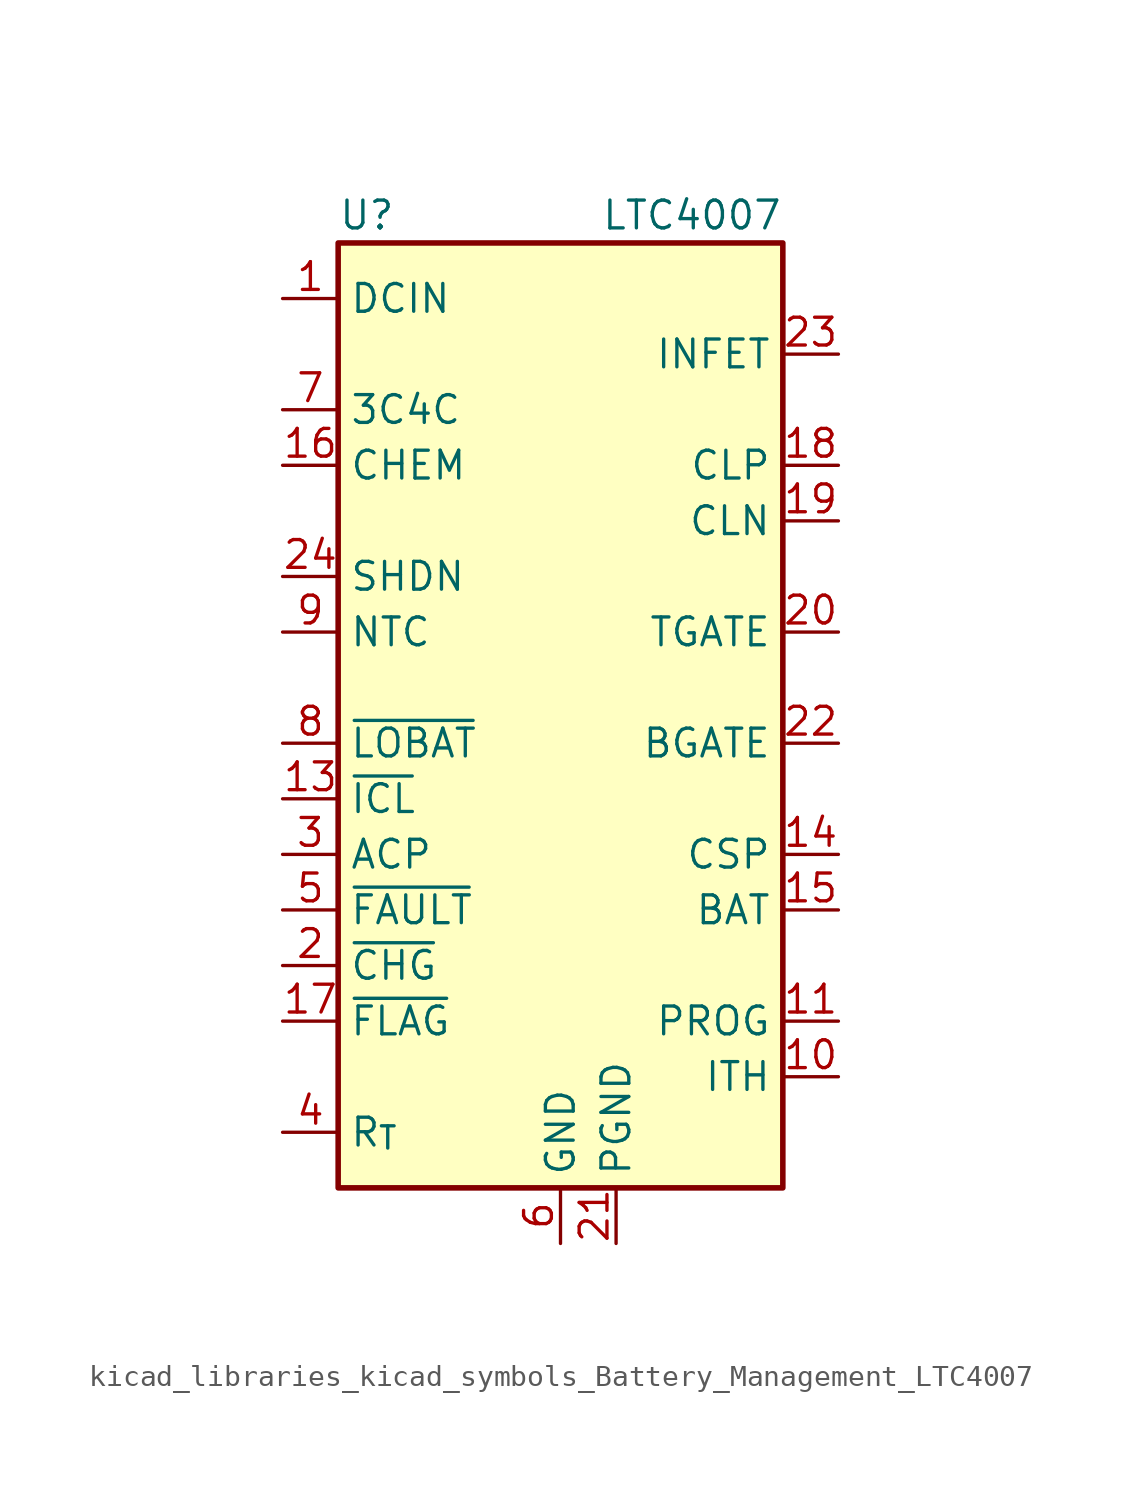
<source format=kicad_sym>
(kicad_symbol_lib
  (version 20220914)
  (generator kicad_symbol_editor)
  (symbol "kicad_libraries_kicad_symbols_Battery_Management_LTC4007"
    (property "Reference" "U"
      (at -10.16 24.13 0)
      (effects (font (size 1.27 1.27)) (justify left)))
    (property "Value" "LTC4007"
      (at 10.16 24.13 0)
      (effects (font (size 1.27 1.27)) (justify right)))
    (symbol "kicad_libraries_kicad_symbols_Battery_Management_LTC4007_0_1"
      (rectangle (start -10.16 22.86) (end 10.16 -20.32) (stroke (width 0.254) (type default)) (fill (type background))))
    (symbol "kicad_libraries_kicad_symbols_Battery_Management_LTC4007_1_1"
      (pin input line (at -12.7 20.32 0) (length 2.54) (name "DCIN" (effects (font (size 1.27 1.27)))) (number "1" (effects (font (size 1.27 1.27)))))
      (pin passive line (at 12.7 -15.24 180) (length 2.54) (name "ITH" (effects (font (size 1.27 1.27)))) (number "10" (effects (font (size 1.27 1.27)))))
      (pin bidirectional line (at 12.7 -12.7 180) (length 2.54) (name "PROG" (effects (font (size 1.27 1.27)))) (number "11" (effects (font (size 1.27 1.27)))))
      (pin no_connect line (at -2.54 -20.32 90) (length 2.54) hide (name "NC" (effects (font (size 1.27 1.27)))) (number "12" (effects (font (size 1.27 1.27)))))
      (pin output line (at -12.7 -2.54 0) (length 2.54) (name "~{ICL}" (effects (font (size 1.27 1.27)))) (number "13" (effects (font (size 1.27 1.27)))))
      (pin input line (at 12.7 -5.08 180) (length 2.54) (name "CSP" (effects (font (size 1.27 1.27)))) (number "14" (effects (font (size 1.27 1.27)))))
      (pin input line (at 12.7 -7.62 180) (length 2.54) (name "BAT" (effects (font (size 1.27 1.27)))) (number "15" (effects (font (size 1.27 1.27)))))
      (pin input line (at -12.7 12.7 0) (length 2.54) (name "CHEM" (effects (font (size 1.27 1.27)))) (number "16" (effects (font (size 1.27 1.27)))))
      (pin open_collector line (at -12.7 -12.7 0) (length 2.54) (name "~{FLAG}" (effects (font (size 1.27 1.27)))) (number "17" (effects (font (size 1.27 1.27)))))
      (pin input line (at 12.7 12.7 180) (length 2.54) (name "CLP" (effects (font (size 1.27 1.27)))) (number "18" (effects (font (size 1.27 1.27)))))
      (pin input line (at 12.7 10.16 180) (length 2.54) (name "CLN" (effects (font (size 1.27 1.27)))) (number "19" (effects (font (size 1.27 1.27)))))
      (pin output line (at -12.7 -10.16 0) (length 2.54) (name "~{CHG}" (effects (font (size 1.27 1.27)))) (number "2" (effects (font (size 1.27 1.27)))))
      (pin output line (at 12.7 5.08 180) (length 2.54) (name "TGATE" (effects (font (size 1.27 1.27)))) (number "20" (effects (font (size 1.27 1.27)))))
      (pin power_in line (at 2.54 -22.86 90) (length 2.54) (name "PGND" (effects (font (size 1.27 1.27)))) (number "21" (effects (font (size 1.27 1.27)))))
      (pin output line (at 12.7 0 180) (length 2.54) (name "BGATE" (effects (font (size 1.27 1.27)))) (number "22" (effects (font (size 1.27 1.27)))))
      (pin output line (at 12.7 17.78 180) (length 2.54) (name "INFET" (effects (font (size 1.27 1.27)))) (number "23" (effects (font (size 1.27 1.27)))))
      (pin input line (at -12.7 7.62 0) (length 2.54) (name "SHDN" (effects (font (size 1.27 1.27)))) (number "24" (effects (font (size 1.27 1.27)))))
      (pin open_collector line (at -12.7 -5.08 0) (length 2.54) (name "ACP" (effects (font (size 1.27 1.27)))) (number "3" (effects (font (size 1.27 1.27)))))
      (pin passive line (at -12.7 -17.78 0) (length 2.54) (name "R_{T}" (effects (font (size 1.27 1.27)))) (number "4" (effects (font (size 1.27 1.27)))))
      (pin open_collector line (at -12.7 -7.62 0) (length 2.54) (name "~{FAULT}" (effects (font (size 1.27 1.27)))) (number "5" (effects (font (size 1.27 1.27)))))
      (pin power_in line (at 0 -22.86 90) (length 2.54) (name "GND" (effects (font (size 1.27 1.27)))) (number "6" (effects (font (size 1.27 1.27)))))
      (pin input line (at -12.7 15.24 0) (length 2.54) (name "3C4C" (effects (font (size 1.27 1.27)))) (number "7" (effects (font (size 1.27 1.27)))))
      (pin output line (at -12.7 0 0) (length 2.54) (name "~{LOBAT}" (effects (font (size 1.27 1.27)))) (number "8" (effects (font (size 1.27 1.27)))))
      (pin input line (at -12.7 5.08 0) (length 2.54) (name "NTC" (effects (font (size 1.27 1.27)))) (number "9" (effects (font (size 1.27 1.27))))))))
</source>
